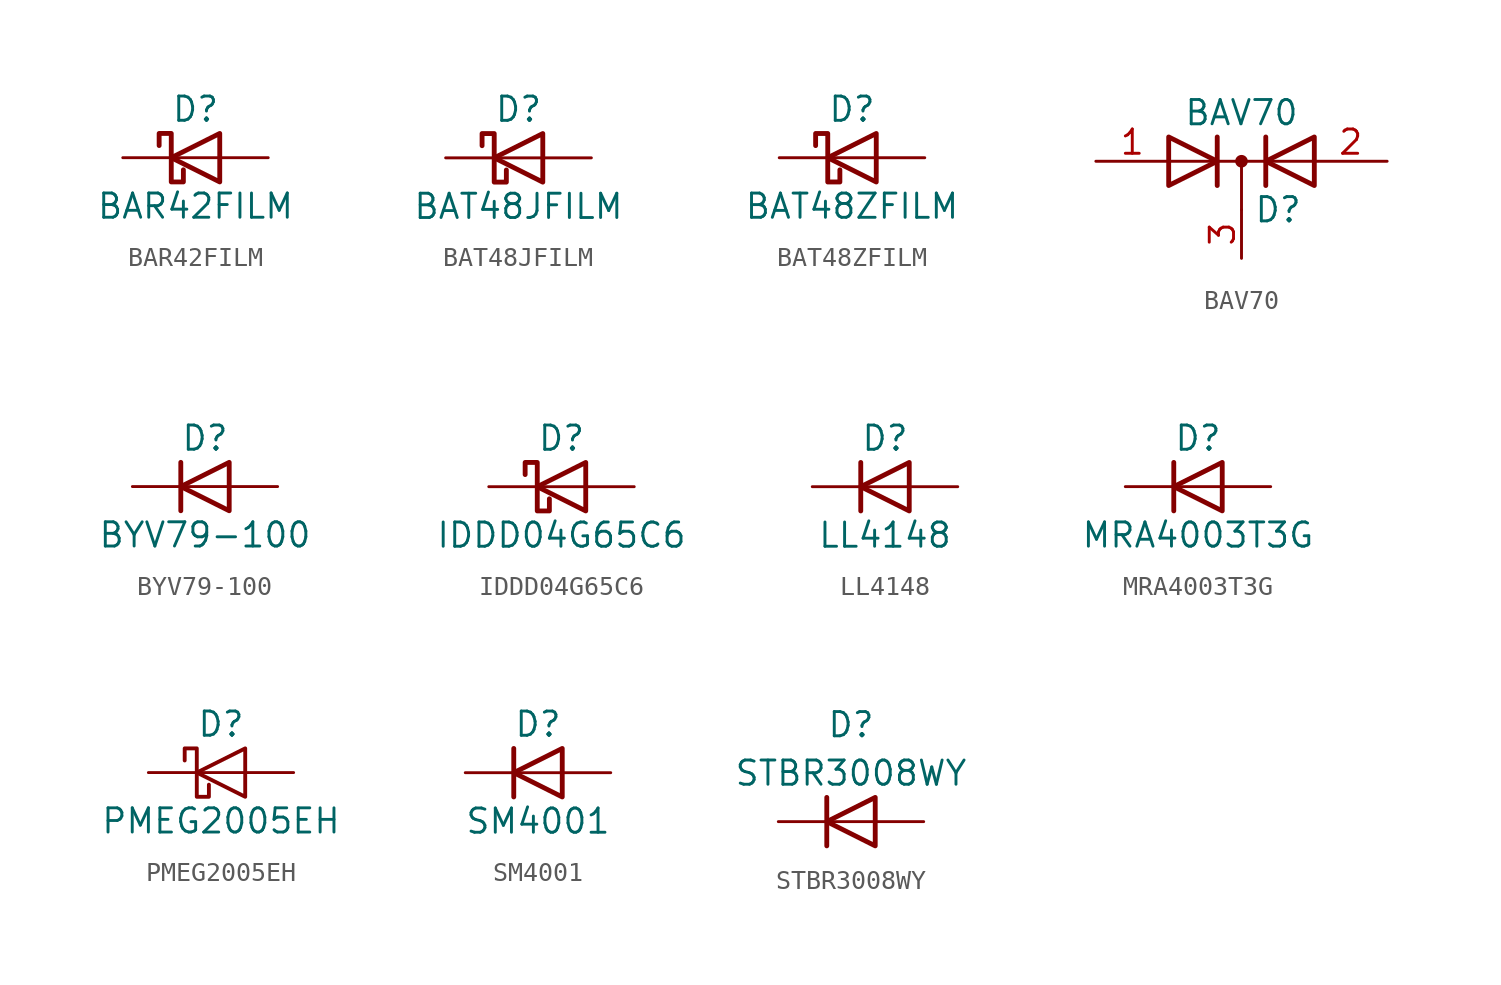
<source format=kicad_sym>
(kicad_symbol_lib
  (version 20220914)
  (generator kicad_symbol_editor)
  (symbol "BAR42FILM"
    (pin_numbers hide)
    (pin_names
      (offset 1.016) hide)
    (property "Reference" "D"
      (at 0 2.54 0)
      (effects (font (size 1.27 1.27))))
    (property "Value" "BAR42FILM"
      (at 0 -2.54 0)
      (effects (font (size 1.27 1.27))))
    (symbol "BAR42FILM_0_1"
      (polyline (pts (xy 1.27 0) (xy -1.27 0)) (stroke (width 0) (type default)) (fill (type none)))
      (polyline (pts (xy 1.27 1.27) (xy 1.27 -1.27) (xy -1.27 0) (xy 1.27 1.27)) (stroke (width 0.254) (type default)) (fill (type none)))
      (polyline (pts (xy -1.905 0.635) (xy -1.905 1.27) (xy -1.27 1.27) (xy -1.27 -1.27) (xy -0.635 -1.27) (xy -0.635 -0.635)) (stroke (width 0.254) (type default)) (fill (type none))))
    (symbol "BAR42FILM_1_1"
      (pin passive line (at 3.81 0 180) (length 2.54) (name "A" (effects (font (size 1.27 1.27)))) (number "1" (effects (font (size 1.27 1.27)))))
      (pin no_connect line (at 3.81 2.54 180) (length 2.54) hide (name "NC" (effects (font (size 1.27 1.27)))) (number "2" (effects (font (size 1.27 1.27)))))
      (pin passive line (at -3.81 0 0) (length 2.54) (name "K" (effects (font (size 1.27 1.27)))) (number "3" (effects (font (size 1.27 1.27)))))))
  (symbol "BAT48JFILM"
    (pin_numbers hide)
    (pin_names
      (offset 1.016) hide)
    (property "Reference" "D"
      (at 0 2.54 0)
      (effects (font (size 1.27 1.27))))
    (property "Value" "BAT48JFILM"
      (at 0 -2.54 0)
      (effects (font (size 1.27 1.27))))
    (symbol "BAT48JFILM_0_1"
      (polyline (pts (xy 1.27 0) (xy -1.27 0)) (stroke (width 0) (type default)) (fill (type none)))
      (polyline (pts (xy 1.27 1.27) (xy 1.27 -1.27) (xy -1.27 0) (xy 1.27 1.27)) (stroke (width 0.254) (type default)) (fill (type none)))
      (polyline (pts (xy -1.905 0.635) (xy -1.905 1.27) (xy -1.27 1.27) (xy -1.27 -1.27) (xy -0.635 -1.27) (xy -0.635 -0.635)) (stroke (width 0.254) (type default)) (fill (type none))))
    (symbol "BAT48JFILM_1_1"
      (pin passive line (at -3.81 0 0) (length 2.54) (name "K" (effects (font (size 1.27 1.27)))) (number "1" (effects (font (size 1.27 1.27)))))
      (pin passive line (at 3.81 0 180) (length 2.54) (name "A" (effects (font (size 1.27 1.27)))) (number "2" (effects (font (size 1.27 1.27)))))))
  (symbol "BAT48ZFILM"
    (pin_numbers hide)
    (pin_names
      (offset 1.016) hide)
    (property "Reference" "D"
      (at 0 2.54 0)
      (effects (font (size 1.27 1.27))))
    (property "Value" "BAT48ZFILM"
      (at 0 -2.54 0)
      (effects (font (size 1.27 1.27))))
    (symbol "BAT48ZFILM_0_1"
      (polyline (pts (xy 1.27 0) (xy -1.27 0)) (stroke (width 0) (type default)) (fill (type none)))
      (polyline (pts (xy 1.27 1.27) (xy 1.27 -1.27) (xy -1.27 0) (xy 1.27 1.27)) (stroke (width 0.254) (type default)) (fill (type none)))
      (polyline (pts (xy -1.905 0.635) (xy -1.905 1.27) (xy -1.27 1.27) (xy -1.27 -1.27) (xy -0.635 -1.27) (xy -0.635 -0.635)) (stroke (width 0.254) (type default)) (fill (type none))))
    (symbol "BAT48ZFILM_1_1"
      (pin passive line (at -3.81 0 0) (length 2.54) (name "K" (effects (font (size 1.27 1.27)))) (number "1" (effects (font (size 1.27 1.27)))))
      (pin passive line (at 3.81 0 180) (length 2.54) (name "A" (effects (font (size 1.27 1.27)))) (number "2" (effects (font (size 1.27 1.27)))))))
  (symbol "BAV70"
    (pin_names
      (offset 0.762) hide)
    (property "Reference" "D"
      (at 0.635 -2.54 0)
      (effects (font (size 1.27 1.27)) (justify left)))
    (property "Value" "BAV70"
      (at 0 2.54 0)
      (effects (font (size 1.27 1.27))))
    (symbol "BAV70_0_1"
      (polyline (pts (xy -3.81 0) (xy 3.81 0)) (stroke (width 0) (type default)) (fill (type none)))
      (polyline (pts (xy 0 0) (xy 0 -2.54)) (stroke (width 0) (type default)) (fill (type none)))
      (polyline (pts (xy -1.27 -1.27) (xy -1.27 1.27) (xy -1.27 1.27)) (stroke (width 0.254) (type default)) (fill (type none)))
      (polyline (pts (xy 1.27 -1.27) (xy 1.27 1.27) (xy 1.27 1.27)) (stroke (width 0.254) (type default)) (fill (type none)))
      (polyline (pts (xy -3.81 1.27) (xy -1.27 0) (xy -3.81 -1.27) (xy -3.81 1.27) (xy -3.81 1.27) (xy -3.81 1.27)) (stroke (width 0.254) (type default)) (fill (type none)))
      (polyline (pts (xy 3.81 -1.27) (xy 1.27 0) (xy 3.81 1.27) (xy 3.81 -1.27) (xy 3.81 -1.27) (xy 3.81 -1.27)) (stroke (width 0.254) (type default)) (fill (type none)))
      (circle (center 0 0) (radius 0.254) (stroke (width 0) (type default)) (fill (type outline)))
      (pin passive line (at -7.62 0 0) (length 3.81) (name "A" (effects (font (size 1.27 1.27)))) (number "1" (effects (font (size 1.27 1.27)))))
      (pin passive line (at 7.62 0 180) (length 3.81) (name "A" (effects (font (size 1.27 1.27)))) (number "2" (effects (font (size 1.27 1.27)))))
      (pin passive line (at 0 -5.08 90) (length 2.54) (name "K" (effects (font (size 1.27 1.27)))) (number "3" (effects (font (size 1.27 1.27)))))))
  (symbol "BYV79-100"
    (pin_numbers hide)
    (pin_names
      (offset 1.016) hide)
    (property "Reference" "D"
      (at 0 2.54 0)
      (effects (font (size 1.27 1.27))))
    (property "Value" "BYV79-100"
      (at 0 -2.54 0)
      (effects (font (size 1.27 1.27))))
    (symbol "BYV79-100_0_1"
      (polyline (pts (xy -1.27 1.27) (xy -1.27 -1.27)) (stroke (width 0.254) (type default)) (fill (type none)))
      (polyline (pts (xy 1.27 0) (xy -1.27 0)) (stroke (width 0) (type default)) (fill (type none)))
      (polyline (pts (xy 1.27 1.27) (xy 1.27 -1.27) (xy -1.27 0) (xy 1.27 1.27)) (stroke (width 0.254) (type default)) (fill (type none))))
    (symbol "BYV79-100_1_1"
      (pin passive line (at -3.81 0 0) (length 2.54) (name "K" (effects (font (size 1.27 1.27)))) (number "1" (effects (font (size 1.27 1.27)))))
      (pin passive line (at 3.81 0 180) (length 2.54) (name "A" (effects (font (size 1.27 1.27)))) (number "2" (effects (font (size 1.27 1.27)))))))
  (symbol "IDDD04G65C6"
    (pin_numbers hide)
    (pin_names
      (offset 1.016) hide)
    (property "Reference" "D"
      (at 0 2.54 0)
      (effects (font (size 1.27 1.27))))
    (property "Value" "IDDD04G65C6"
      (at 0 -2.54 0)
      (effects (font (size 1.27 1.27))))
    (symbol "IDDD04G65C6_0_1"
      (polyline (pts (xy 1.27 0) (xy -1.27 0)) (stroke (width 0) (type default)) (fill (type none)))
      (polyline (pts (xy 1.27 1.27) (xy 1.27 -1.27) (xy -1.27 0) (xy 1.27 1.27)) (stroke (width 0.254) (type default)) (fill (type none)))
      (polyline (pts (xy -1.905 0.635) (xy -1.905 1.27) (xy -1.27 1.27) (xy -1.27 -1.27) (xy -0.635 -1.27) (xy -0.635 -0.635)) (stroke (width 0.254) (type default)) (fill (type none))))
    (symbol "IDDD04G65C6_1_1"
      (pin no_connect line (at -2.54 0 0) (length 2.54) hide (name "NC" (effects (font (size 1.27 1.27)))) (number "1" (effects (font (size 1.27 1.27)))))
      (pin passive line (at -3.81 0 0) (length 2.54) hide (name "K" (effects (font (size 1.27 1.27)))) (number "10" (effects (font (size 1.27 1.27)))))
      (pin no_connect line (at 2.54 0 180) (length 2.54) hide (name "NC" (effects (font (size 1.27 1.27)))) (number "2" (effects (font (size 1.27 1.27)))))
      (pin passive line (at 3.81 0 180) (length 2.54) (name "A" (effects (font (size 1.27 1.27)))) (number "3" (effects (font (size 1.27 1.27)))))
      (pin passive line (at 3.81 0 180) (length 2.54) hide (name "A" (effects (font (size 1.27 1.27)))) (number "4" (effects (font (size 1.27 1.27)))))
      (pin passive line (at 3.81 0 180) (length 2.54) hide (name "A" (effects (font (size 1.27 1.27)))) (number "5" (effects (font (size 1.27 1.27)))))
      (pin passive line (at -3.81 0 0) (length 2.54) (name "K" (effects (font (size 1.27 1.27)))) (number "6" (effects (font (size 1.27 1.27)))))
      (pin passive line (at -3.81 0 0) (length 2.54) hide (name "K" (effects (font (size 1.27 1.27)))) (number "7" (effects (font (size 1.27 1.27)))))
      (pin passive line (at -3.81 0 0) (length 2.54) hide (name "K" (effects (font (size 1.27 1.27)))) (number "8" (effects (font (size 1.27 1.27)))))
      (pin passive line (at -3.81 0 0) (length 2.54) hide (name "K" (effects (font (size 1.27 1.27)))) (number "9" (effects (font (size 1.27 1.27)))))))
  (symbol "LL4148"
    (pin_numbers hide)
    (pin_names
      (offset 1.016) hide)
    (property "Reference" "D"
      (at 0 2.54 0)
      (effects (font (size 1.27 1.27))))
    (property "Value" "LL4148"
      (at 0 -2.54 0)
      (effects (font (size 1.27 1.27))))
    (symbol "LL4148_0_1"
      (polyline (pts (xy -1.27 1.27) (xy -1.27 -1.27)) (stroke (width 0.254) (type default)) (fill (type none)))
      (polyline (pts (xy 1.27 0) (xy -1.27 0)) (stroke (width 0) (type default)) (fill (type none)))
      (polyline (pts (xy 1.27 1.27) (xy 1.27 -1.27) (xy -1.27 0) (xy 1.27 1.27)) (stroke (width 0.254) (type default)) (fill (type none))))
    (symbol "LL4148_1_1"
      (pin passive line (at -3.81 0 0) (length 2.54) (name "K" (effects (font (size 1.27 1.27)))) (number "1" (effects (font (size 1.27 1.27)))))
      (pin passive line (at 3.81 0 180) (length 2.54) (name "A" (effects (font (size 1.27 1.27)))) (number "2" (effects (font (size 1.27 1.27)))))))
  (symbol "MRA4003T3G"
    (pin_numbers hide)
    (pin_names
      (offset 1.016) hide)
    (property "Reference" "D"
      (at 0 2.54 0)
      (effects (font (size 1.27 1.27))))
    (property "Value" "MRA4003T3G"
      (at 0 -2.54 0)
      (effects (font (size 1.27 1.27))))
    (symbol "MRA4003T3G_0_1"
      (polyline (pts (xy -1.27 1.27) (xy -1.27 -1.27)) (stroke (width 0.254) (type default)) (fill (type none)))
      (polyline (pts (xy 1.27 0) (xy -1.27 0)) (stroke (width 0) (type default)) (fill (type none)))
      (polyline (pts (xy 1.27 1.27) (xy 1.27 -1.27) (xy -1.27 0) (xy 1.27 1.27)) (stroke (width 0.254) (type default)) (fill (type none))))
    (symbol "MRA4003T3G_1_1"
      (pin passive line (at -3.81 0 0) (length 2.54) (name "K" (effects (font (size 1.27 1.27)))) (number "1" (effects (font (size 1.27 1.27)))))
      (pin passive line (at 3.81 0 180) (length 2.54) (name "A" (effects (font (size 1.27 1.27)))) (number "2" (effects (font (size 1.27 1.27)))))))
  (symbol "PMEG2005EH"
    (pin_numbers hide)
    (pin_names hide)
    (property "Reference" "D"
      (at 0 2.54 0)
      (effects (font (size 1.27 1.27))))
    (property "Value" "PMEG2005EH"
      (at 0 -2.54 0)
      (effects (font (size 1.27 1.27))))
    (symbol "PMEG2005EH_0_1"
      (polyline (pts (xy 1.27 0) (xy -1.27 0)) (stroke (width 0) (type default)) (fill (type none)))
      (polyline (pts (xy 1.27 1.27) (xy 1.27 -1.27) (xy -1.27 0) (xy 1.27 1.27)) (stroke (width 0.203) (type default)) (fill (type none)))
      (polyline (pts (xy -1.905 0.635) (xy -1.905 1.27) (xy -1.27 1.27) (xy -1.27 -1.27) (xy -0.635 -1.27) (xy -0.635 -0.635)) (stroke (width 0.203) (type default)) (fill (type none))))
    (symbol "PMEG2005EH_1_1"
      (pin passive line (at -3.81 0 0) (length 2.54) (name "K" (effects (font (size 1.27 1.27)))) (number "1" (effects (font (size 1.27 1.27)))))
      (pin passive line (at 3.81 0 180) (length 2.54) (name "A" (effects (font (size 1.27 1.27)))) (number "2" (effects (font (size 1.27 1.27)))))))
  (symbol "SM4001"
    (pin_numbers hide)
    (pin_names
      (offset 1.016) hide)
    (property "Reference" "D"
      (at 0 2.54 0)
      (effects (font (size 1.27 1.27))))
    (property "Value" "SM4001"
      (at 0 -2.54 0)
      (effects (font (size 1.27 1.27))))
    (symbol "SM4001_0_1"
      (polyline (pts (xy -1.27 1.27) (xy -1.27 -1.27)) (stroke (width 0.254) (type default)) (fill (type none)))
      (polyline (pts (xy 1.27 0) (xy -1.27 0)) (stroke (width 0) (type default)) (fill (type none)))
      (polyline (pts (xy 1.27 1.27) (xy 1.27 -1.27) (xy -1.27 0) (xy 1.27 1.27)) (stroke (width 0.254) (type default)) (fill (type none))))
    (symbol "SM4001_1_1"
      (pin passive line (at -3.81 0 0) (length 2.54) (name "K" (effects (font (size 1.27 1.27)))) (number "1" (effects (font (size 1.27 1.27)))))
      (pin passive line (at 3.81 0 180) (length 2.54) (name "A" (effects (font (size 1.27 1.27)))) (number "2" (effects (font (size 1.27 1.27)))))))
  (symbol "STBR3008WY"
    (pin_numbers hide)
    (pin_names
      (offset 1.016) hide)
    (property "Reference" "D"
      (at 0 5.08 0)
      (effects (font (size 1.27 1.27))))
    (property "Value" "STBR3008WY"
      (at 0 2.54 0)
      (effects (font (size 1.27 1.27))))
    (symbol "STBR3008WY_1_1"
      (polyline (pts (xy -1.27 1.27) (xy -1.27 -1.27)) (stroke (width 0.254) (type default)) (fill (type none)))
      (polyline (pts (xy 1.27 0) (xy -1.27 0)) (stroke (width 0) (type default)) (fill (type none)))
      (polyline (pts (xy 1.27 1.27) (xy 1.27 -1.27) (xy -1.27 0) (xy 1.27 1.27)) (stroke (width 0.254) (type default)) (fill (type none)))
      (pin passive line (at -3.81 0 0) (length 2.54) (name "K" (effects (font (size 1.27 1.27)))) (number "1" (effects (font (size 1.27 1.27)))))
      (pin passive line (at 3.81 0 180) (length 2.54) (name "A" (effects (font (size 1.27 1.27)))) (number "2" (effects (font (size 1.27 1.27))))))))
</source>
